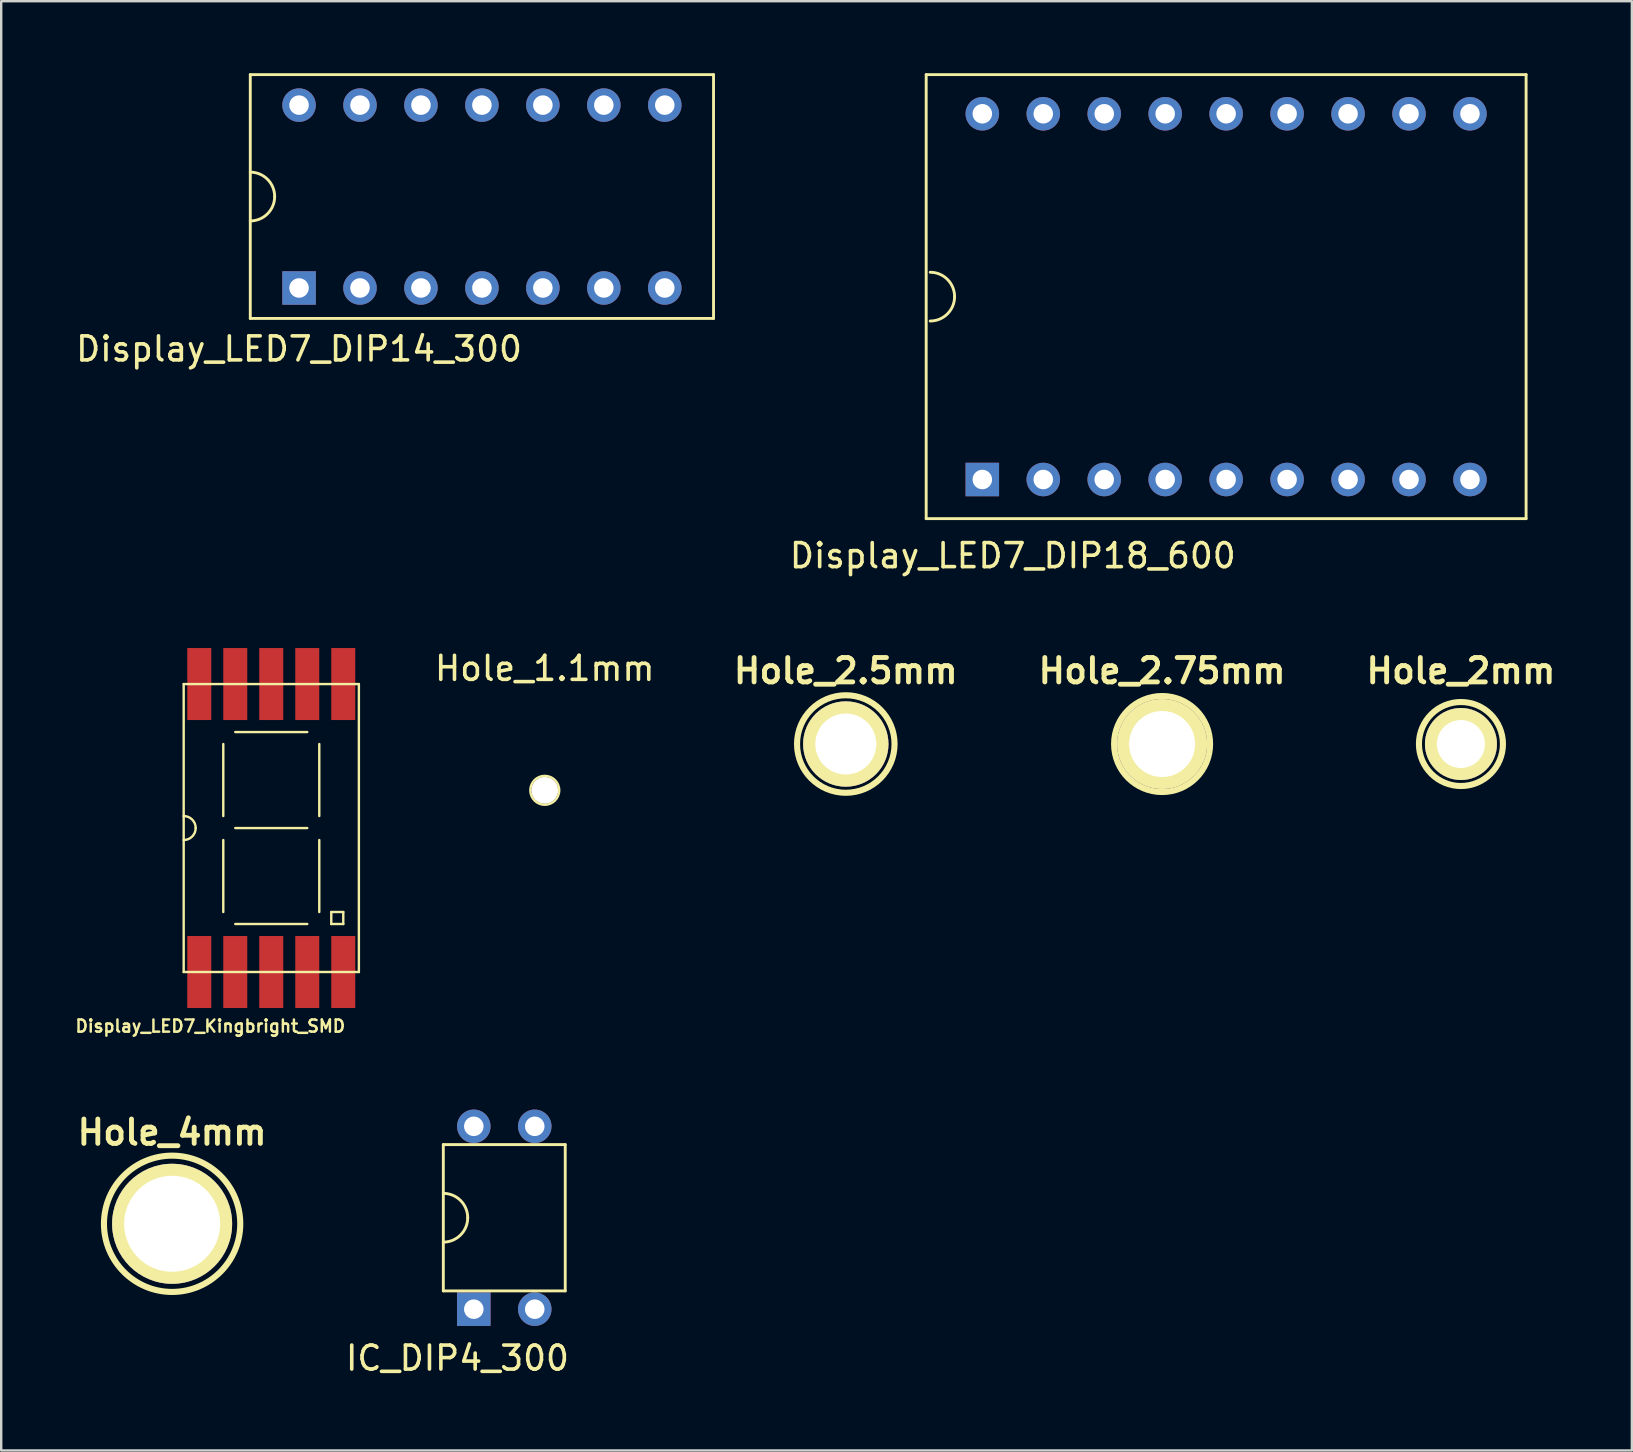
<source format=kicad_pcb>
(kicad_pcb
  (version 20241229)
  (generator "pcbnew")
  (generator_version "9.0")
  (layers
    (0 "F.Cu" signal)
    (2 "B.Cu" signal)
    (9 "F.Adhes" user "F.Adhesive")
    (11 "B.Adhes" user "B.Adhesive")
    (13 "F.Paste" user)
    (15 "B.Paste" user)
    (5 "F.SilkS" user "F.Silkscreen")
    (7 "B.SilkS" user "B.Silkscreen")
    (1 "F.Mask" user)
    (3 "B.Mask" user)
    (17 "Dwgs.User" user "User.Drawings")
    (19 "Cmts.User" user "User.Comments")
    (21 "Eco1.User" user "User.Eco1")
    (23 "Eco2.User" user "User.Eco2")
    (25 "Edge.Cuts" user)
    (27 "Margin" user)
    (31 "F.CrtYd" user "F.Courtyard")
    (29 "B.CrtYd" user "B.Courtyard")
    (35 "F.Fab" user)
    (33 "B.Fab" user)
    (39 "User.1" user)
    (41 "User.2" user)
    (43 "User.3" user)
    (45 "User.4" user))
  (footprint "Hole_2.5mm"
    (layer "F.Cu")
    (at 32.194 27.953)
    (property "Reference" "Hole_2.5mm" (at 0 -3.048 0) (layer "F.SilkS") (effects (font (size 1.016 1.016) (thickness 0.203))))
    (attr through_hole)
    (fp_circle (center 0 0) (end 0 -2.032) (stroke (width 0.254) (type solid)) (fill no) (layer "F.SilkS"))
    (pad "1" thru_hole circle (at 0 0) (size 3.556 3.556) (drill 2.54) (layers "*.Cu" "*.Mask" "F.SilkS")))
  (footprint "Hole_4mm"
    (layer "F.Cu")
    (at 4.122 47.945)
    (property "Reference" "Hole_4mm" (at 0 -3.81 0) (layer "F.SilkS") (effects (font (size 1.016 1.016) (thickness 0.203))))
    (attr through_hole)
    (fp_circle (center 0 0) (end -1.27 -2.54) (stroke (width 0.254) (type solid)) (fill no) (layer "F.SilkS"))
    (pad "1" thru_hole circle (at 0 0) (size 5.001 5.001) (drill 4) (layers "*.Cu" "*.Mask" "F.SilkS")))
  (footprint "Display_LED7_DIP14_300"
    (layer "F.Cu")
    (at 17.031 5.14)
    (property "Reference" "Display_LED7_DIP14_300" (at -7.62 6.35 0) (layer "F.SilkS") (effects (font (size 1 1) (thickness 0.15))))
    (attr through_hole)
    (fp_line (start -9.652 -5.08) (end -9.652 5.08) (stroke (width 0.12) (type solid)) (layer "F.SilkS"))
    (fp_line (start -9.652 5.08) (end 9.652 5.08) (stroke (width 0.12) (type solid)) (layer "F.SilkS"))
    (fp_line (start 9.652 -5.08) (end -9.652 -5.08) (stroke (width 0.12) (type solid)) (layer "F.SilkS"))
    (fp_line (start 9.652 5.08) (end 9.652 -5.08) (stroke (width 0.12) (type solid)) (layer "F.SilkS"))
    (fp_arc (start -9.652 -1.016) (mid -8.93358 -0.71842) (end -8.636 0) (stroke (width 0.12) (type solid)) (layer "F.SilkS"))
    (fp_arc (start -8.636 0) (mid -8.93358 0.71842) (end -9.652 1.016) (stroke (width 0.12) (type solid)) (layer "F.SilkS"))
    (pad "1" thru_hole rect (at -7.62 3.81) (size 1.397 1.397) (drill 0.813) (layers "*.Cu" "*.Mask"))
    (pad "2" thru_hole circle (at -5.08 3.81) (size 1.397 1.397) (drill 0.813) (layers "*.Cu" "*.Mask"))
    (pad "3" thru_hole circle (at -2.54 3.81) (size 1.397 1.397) (drill 0.813) (layers "*.Cu" "*.Mask"))
    (pad "4" thru_hole circle (at 0 3.81) (size 1.397 1.397) (drill 0.813) (layers "*.Cu" "*.Mask"))
    (pad "5" thru_hole circle (at 2.54 3.81) (size 1.397 1.397) (drill 0.813) (layers "*.Cu" "*.Mask"))
    (pad "6" thru_hole circle (at 5.08 3.81) (size 1.397 1.397) (drill 0.813) (layers "*.Cu" "*.Mask"))
    (pad "7" thru_hole circle (at 7.62 3.81) (size 1.397 1.397) (drill 0.813) (layers "*.Cu" "*.Mask"))
    (pad "8" thru_hole circle (at 7.62 -3.81) (size 1.397 1.397) (drill 0.813) (layers "*.Cu" "*.Mask"))
    (pad "9" thru_hole circle (at 5.08 -3.81) (size 1.397 1.397) (drill 0.813) (layers "*.Cu" "*.Mask"))
    (pad "10" thru_hole circle (at 2.54 -3.81) (size 1.397 1.397) (drill 0.813) (layers "*.Cu" "*.Mask"))
    (pad "11" thru_hole circle (at 0 -3.81) (size 1.397 1.397) (drill 0.813) (layers "*.Cu" "*.Mask"))
    (pad "12" thru_hole circle (at -2.54 -3.81) (size 1.397 1.397) (drill 0.813) (layers "*.Cu" "*.Mask"))
    (pad "13" thru_hole circle (at -5.08 -3.81) (size 1.397 1.397) (drill 0.813) (layers "*.Cu" "*.Mask"))
    (pad "14" thru_hole circle (at -7.62 -3.81) (size 1.397 1.397) (drill 0.813) (layers "*.Cu" "*.Mask")))
  (footprint "Hole_2mm"
    (layer "F.Cu")
    (at 57.827 27.953)
    (property "Reference" "Hole_2mm" (at 0 -3.048 0) (layer "F.SilkS") (effects (font (size 1.016 1.016) (thickness 0.203))))
    (attr through_hole)
    (fp_circle (center 0 0) (end 0 -1.75) (stroke (width 0.254) (type solid)) (fill no) (layer "F.SilkS"))
    (pad "1" thru_hole circle (at 0 0) (size 3 3) (drill 2) (layers "*.Cu" "*.Mask" "F.SilkS")))
  (footprint "Display_LED7_DIP18_600"
    (layer "F.Cu")
    (at 48.043 9.311)
    (property "Reference" "Display_LED7_DIP18_600" (at -8.89 10.795 0) (layer "F.SilkS") (effects (font (size 1 1) (thickness 0.15))))
    (attr through_hole)
    (fp_line (start -12.499 -9.251) (end -12.499 9.251) (stroke (width 0.12) (type solid)) (layer "F.SilkS"))
    (fp_line (start -12.499 9.251) (end 12.499 9.251) (stroke (width 0.12) (type solid)) (layer "F.SilkS"))
    (fp_line (start 12.499 -9.251) (end -12.499 -9.251) (stroke (width 0.12) (type solid)) (layer "F.SilkS"))
    (fp_line (start 12.499 9.251) (end 12.499 -9.251) (stroke (width 0.12) (type solid)) (layer "F.SilkS"))
    (fp_arc (start -12.3317 -1.016) (mid -11.61328 -0.71842) (end -11.3157 0) (stroke (width 0.12) (type solid)) (layer "F.SilkS"))
    (fp_arc (start -11.3157 0) (mid -11.61328 0.71842) (end -12.3317 1.016) (stroke (width 0.12) (type solid)) (layer "F.SilkS"))
    (pad "1" thru_hole rect (at -10.16 7.62) (size 1.397 1.397) (drill 0.813) (layers "*.Cu" "*.Mask"))
    (pad "2" thru_hole circle (at -7.62 7.62) (size 1.397 1.397) (drill 0.813) (layers "*.Cu" "*.Mask"))
    (pad "3" thru_hole circle (at -5.08 7.62) (size 1.397 1.397) (drill 0.813) (layers "*.Cu" "*.Mask"))
    (pad "4" thru_hole circle (at -2.54 7.62) (size 1.397 1.397) (drill 0.813) (layers "*.Cu" "*.Mask"))
    (pad "5" thru_hole circle (at 0 7.62) (size 1.397 1.397) (drill 0.813) (layers "*.Cu" "*.Mask"))
    (pad "6" thru_hole circle (at 2.54 7.62) (size 1.397 1.397) (drill 0.813) (layers "*.Cu" "*.Mask"))
    (pad "7" thru_hole circle (at 5.08 7.62) (size 1.397 1.397) (drill 0.813) (layers "*.Cu" "*.Mask"))
    (pad "8" thru_hole circle (at 7.62 7.62) (size 1.397 1.397) (drill 0.813) (layers "*.Cu" "*.Mask"))
    (pad "9" thru_hole circle (at 10.16 7.62) (size 1.397 1.397) (drill 0.813) (layers "*.Cu" "*.Mask"))
    (pad "10" thru_hole circle (at 10.16 -7.62) (size 1.397 1.397) (drill 0.813) (layers "*.Cu" "*.Mask"))
    (pad "11" thru_hole circle (at 7.62 -7.62) (size 1.397 1.397) (drill 0.813) (layers "*.Cu" "*.Mask"))
    (pad "12" thru_hole circle (at 5.08 -7.62) (size 1.397 1.397) (drill 0.813) (layers "*.Cu" "*.Mask"))
    (pad "13" thru_hole circle (at 2.54 -7.62) (size 1.397 1.397) (drill 0.813) (layers "*.Cu" "*.Mask"))
    (pad "14" thru_hole circle (at 0 -7.62) (size 1.397 1.397) (drill 0.813) (layers "*.Cu" "*.Mask"))
    (pad "15" thru_hole circle (at -2.54 -7.62) (size 1.397 1.397) (drill 0.813) (layers "*.Cu" "*.Mask"))
    (pad "16" thru_hole circle (at -5.08 -7.62) (size 1.397 1.397) (drill 0.813) (layers "*.Cu" "*.Mask"))
    (pad "17" thru_hole circle (at -7.62 -7.62) (size 1.397 1.397) (drill 0.813) (layers "*.Cu" "*.Mask"))
    (pad "18" thru_hole circle (at -10.16 -7.62) (size 1.397 1.397) (drill 0.813) (layers "*.Cu" "*.Mask")))
  (footprint "Display_LED7_Kingbright_SMD"
    (layer "F.Cu")
    (at 8.254 31.454)
    (property "Reference" "Display_LED7_Kingbright_SMD" (at -2.54 8.255 0) (layer "F.SilkS") (effects (font (size 0.508 0.508) (thickness 0.102))))
    (attr through_hole)
    (fp_line (start -3.65 -6) (end -3.65 6) (stroke (width 0.1) (type solid)) (layer "F.SilkS"))
    (fp_line (start -3.65 6) (end 3.65 6) (stroke (width 0.1) (type solid)) (layer "F.SilkS"))
    (fp_line (start -2 -0.5) (end -2 -3.5) (stroke (width 0.1) (type solid)) (layer "F.SilkS"))
    (fp_line (start -2 0.5) (end -2 3.5) (stroke (width 0.1) (type solid)) (layer "F.SilkS"))
    (fp_line (start -1.5 -4) (end 1.5 -4) (stroke (width 0.1) (type solid)) (layer "F.SilkS"))
    (fp_line (start -1.5 0) (end 1.5 0) (stroke (width 0.1) (type solid)) (layer "F.SilkS"))
    (fp_line (start -1.5 4) (end 1.5 4) (stroke (width 0.1) (type solid)) (layer "F.SilkS"))
    (fp_line (start 2 -3.5) (end 2 -0.5) (stroke (width 0.1) (type solid)) (layer "F.SilkS"))
    (fp_line (start 2 0.5) (end 2 3.5) (stroke (width 0.1) (type solid)) (layer "F.SilkS"))
    (fp_line (start 2.5 3.5) (end 3 3.5) (stroke (width 0.1) (type solid)) (layer "F.SilkS"))
    (fp_line (start 2.5 4) (end 2.5 3.5) (stroke (width 0.1) (type solid)) (layer "F.SilkS"))
    (fp_line (start 3 3.5) (end 3 4) (stroke (width 0.1) (type solid)) (layer "F.SilkS"))
    (fp_line (start 3 4) (end 2.5 4) (stroke (width 0.1) (type solid)) (layer "F.SilkS"))
    (fp_line (start 3.65 -6) (end -3.65 -6) (stroke (width 0.1) (type solid)) (layer "F.SilkS"))
    (fp_line (start 3.65 6) (end 3.65 -6) (stroke (width 0.1) (type solid)) (layer "F.SilkS"))
    (fp_arc (start -3.65 -0.5) (mid -3.296447 -0.353553) (end -3.15 0) (stroke (width 0.1) (type solid)) (layer "F.SilkS"))
    (fp_arc (start -3.15 0) (mid -3.296447 0.353553) (end -3.65 0.5) (stroke (width 0.1) (type solid)) (layer "F.SilkS"))
    (pad "1" smd rect (at -3 6) (size 1 3) (layers "F.Cu" "F.Mask" "F.Paste"))
    (pad "2" smd rect (at -1.5 6) (size 1 3) (layers "F.Cu" "F.Mask" "F.Paste"))
    (pad "3" smd rect (at 0 6) (size 1 3) (layers "F.Cu" "F.Mask" "F.Paste"))
    (pad "4" smd rect (at 1.5 6) (size 1 3) (layers "F.Cu" "F.Mask" "F.Paste"))
    (pad "5" smd rect (at 3 6) (size 1 3) (layers "F.Cu" "F.Mask" "F.Paste"))
    (pad "6" smd rect (at 3 -6) (size 1 3) (layers "F.Cu" "F.Mask" "F.Paste"))
    (pad "7" smd rect (at 1.5 -6) (size 1 3) (layers "F.Cu" "F.Mask" "F.Paste"))
    (pad "8" smd rect (at 0 -6) (size 1 3) (layers "F.Cu" "F.Mask" "F.Paste"))
    (pad "9" smd rect (at -1.5 -6) (size 1 3) (layers "F.Cu" "F.Mask" "F.Paste"))
    (pad "10" smd rect (at -3 -6) (size 1 3) (layers "F.Cu" "F.Mask" "F.Paste")))
  (footprint "Hole_2.75mm"
    (layer "F.Cu")
    (at 45.374 27.953)
    (property "Reference" "Hole_2.75mm" (at 0 -3.048 0) (layer "F.SilkS") (effects (font (size 1.016 1.016) (thickness 0.203))))
    (attr through_hole)
    (fp_circle (center 0 0) (end -2 0) (stroke (width 0.254) (type solid)) (fill no) (layer "F.SilkS"))
    (pad "1" thru_hole circle (at 0 0) (size 3.75 3.75) (drill 2.75) (layers "*.Cu" "*.Mask" "F.SilkS")))
  (footprint "IC_DIP4_300"
    (layer "F.Cu")
    (at 17.963 47.693)
    (property "Reference" "IC_DIP4_300" (at -1.951 5.85 0) (layer "F.SilkS") (effects (font (size 1 1) (thickness 0.15))))
    (attr through_hole)
    (fp_line (start -2.54 -3.048) (end 2.54 -3.048) (stroke (width 0.12) (type solid)) (layer "F.SilkS"))
    (fp_line (start -2.54 3.048) (end -2.54 -3.048) (stroke (width 0.12) (type solid)) (layer "F.SilkS"))
    (fp_line (start -2.54 3.048) (end 2.54 3.048) (stroke (width 0.12) (type solid)) (layer "F.SilkS"))
    (fp_line (start 2.54 -3.048) (end 2.54 3.048) (stroke (width 0.12) (type solid)) (layer "F.SilkS"))
    (fp_arc (start -2.54 -1.016) (mid -1.82158 -0.71842) (end -1.524 0) (stroke (width 0.12) (type solid)) (layer "F.SilkS"))
    (fp_arc (start -1.524 0) (mid -1.82158 0.71842) (end -2.54 1.016) (stroke (width 0.12) (type solid)) (layer "F.SilkS"))
    (pad "1" thru_hole rect (at -1.27 3.81) (size 1.397 1.397) (drill 0.813) (layers "*.Cu" "*.Mask"))
    (pad "2" thru_hole circle (at 1.27 3.81) (size 1.397 1.397) (drill 0.813) (layers "*.Cu" "*.Mask"))
    (pad "3" thru_hole circle (at 1.27 -3.81) (size 1.397 1.397) (drill 0.813) (layers "*.Cu" "*.Mask"))
    (pad "4" thru_hole circle (at -1.27 -3.81) (size 1.397 1.397) (drill 0.813) (layers "*.Cu" "*.Mask")))
  (footprint "Hole_1.1mm"
    (layer "F.Cu")
    (at 19.65 29.882)
    (property "Reference" "Hole_1.1mm" (at 0 -5.08 0) (layer "F.SilkS") (effects (font (size 1 1) (thickness 0.15))))
    (attr through_hole)
    (fp_circle (center 0 0) (end -0.6 0.05) (stroke (width 0.1) (type solid)) (fill no) (layer "F.SilkS"))
    (pad "1" thru_hole circle (at 0 0) (size 1.1 1.1) (drill 1.1) (layers "*.Cu" "*.Mask" "F.SilkS")))
  (gr_rect
    (start -3 -3)
    (end 64.949 57.391)
    (stroke (width 0.1) (type default))
    (fill no)
    (layer "Edge.Cuts")))
</source>
